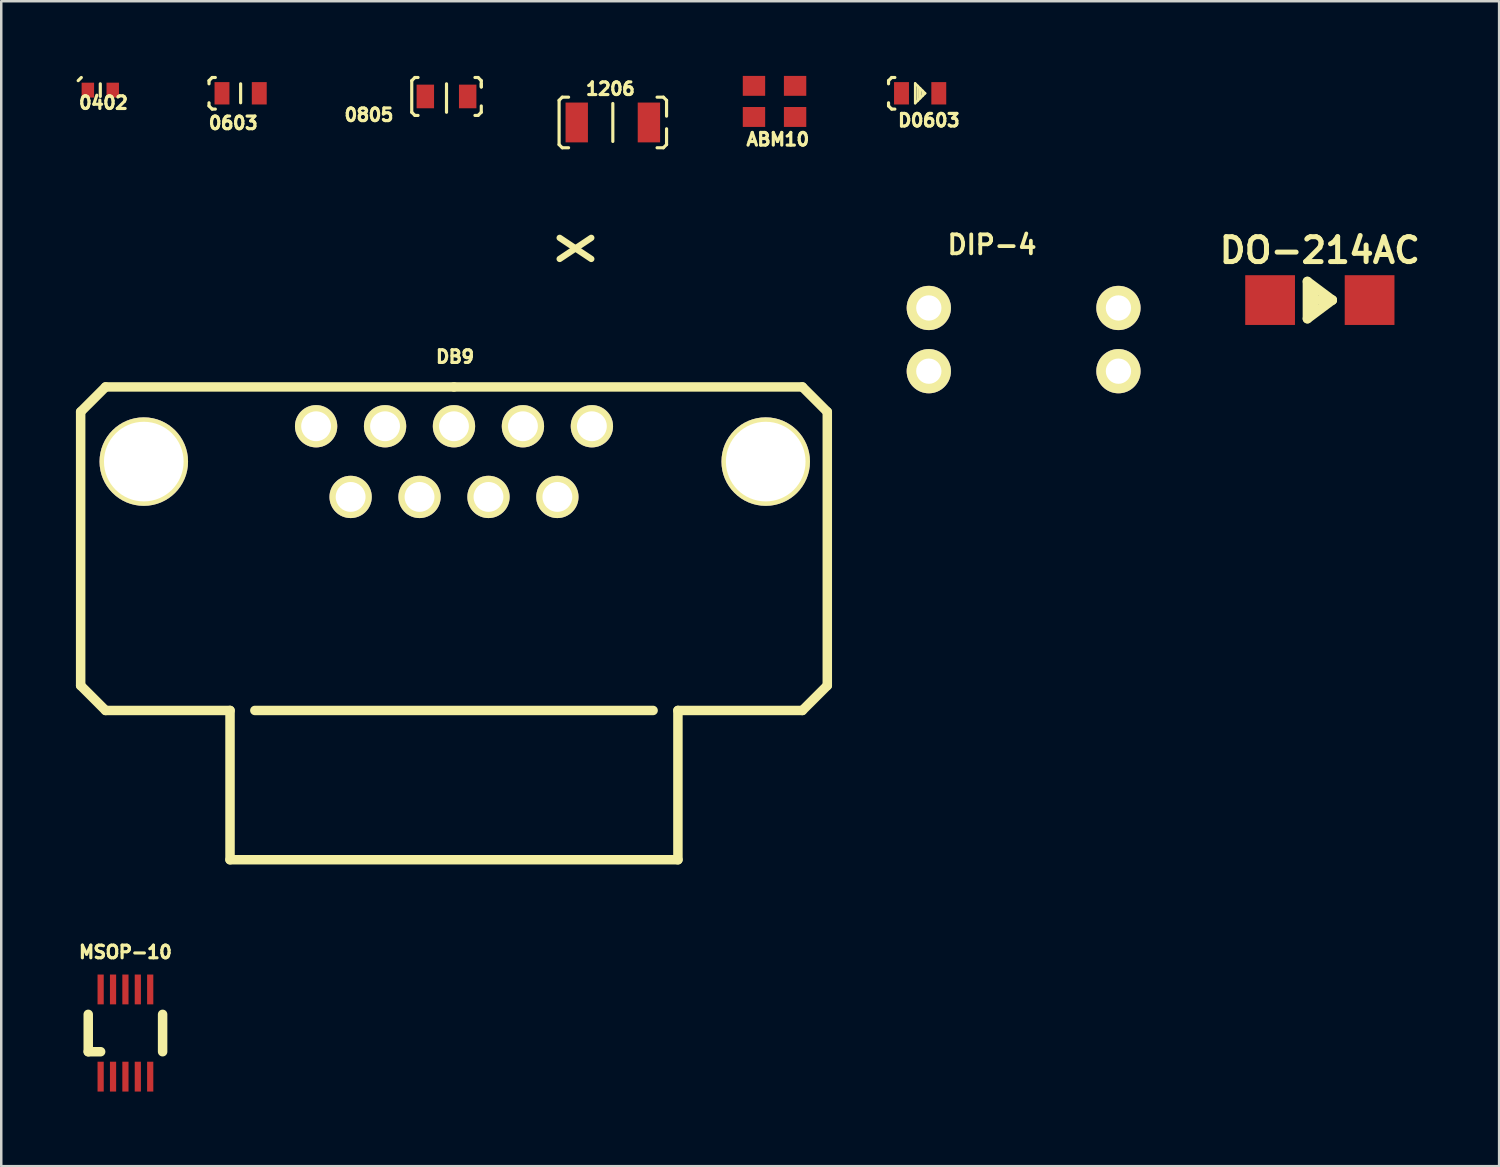
<source format=kicad_pcb>
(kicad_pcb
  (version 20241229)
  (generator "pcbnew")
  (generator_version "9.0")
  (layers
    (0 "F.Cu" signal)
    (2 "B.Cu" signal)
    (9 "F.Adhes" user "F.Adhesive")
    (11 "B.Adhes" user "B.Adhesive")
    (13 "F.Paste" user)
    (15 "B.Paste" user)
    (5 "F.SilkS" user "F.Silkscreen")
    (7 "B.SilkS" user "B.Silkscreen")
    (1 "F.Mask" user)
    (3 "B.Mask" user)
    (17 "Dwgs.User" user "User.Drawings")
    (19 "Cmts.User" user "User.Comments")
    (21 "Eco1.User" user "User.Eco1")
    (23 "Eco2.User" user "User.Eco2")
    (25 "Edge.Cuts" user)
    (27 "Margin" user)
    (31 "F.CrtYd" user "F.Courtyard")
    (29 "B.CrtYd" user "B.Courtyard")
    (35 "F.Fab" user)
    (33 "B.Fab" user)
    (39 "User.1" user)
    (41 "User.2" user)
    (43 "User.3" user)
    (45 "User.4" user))
  (footprint "DO-214AC"
    (layer "F.Cu")
    (at 49.985 9.008)
    (property "Reference" "DO-214AC" (at 0 -1.999 0) (layer "F.SilkS") (effects (font (size 1.001 1.001) (thickness 0.201))))
    (attr through_hole)
    (fp_line (start -0.5 -0.749) (end 0.5 0) (stroke (width 0.381) (type solid)) (layer "F.SilkS"))
    (fp_line (start -0.5 0.749) (end -0.5 -0.749) (stroke (width 0.381) (type solid)) (layer "F.SilkS"))
    (fp_line (start -0.249 -0.5) (end -0.249 0.5) (stroke (width 0.381) (type solid)) (layer "F.SilkS"))
    (fp_line (start 0.5 0) (end -0.5 0.749) (stroke (width 0.381) (type solid)) (layer "F.SilkS"))
    (fp_line (start 0.5 0) (end -0.249 0) (stroke (width 0.381) (type solid)) (layer "F.SilkS"))
    (pad "1" smd rect (at -1.999 0) (size 1.999 1.999) (layers "F.Cu" "F.Mask" "F.Paste"))
    (pad "3" smd rect (at 1.999 0) (size 1.999 1.999) (layers "F.Cu" "F.Mask" "F.Paste")))
  (footprint "DIP-4"
    (layer "F.Cu")
    (at 34.272 9.325)
    (property "Reference" "DIP-4" (at 2.54 -2.54 0) (layer "F.SilkS") (effects (font (size 0.762 0.762) (thickness 0.152))))
    (attr through_hole)
    (pad "1" thru_hole circle (at 0 0) (size 1.778 1.778) (drill 1.016) (layers "*.Cu" "*.Mask" "F.SilkS"))
    (pad "2" thru_hole circle (at 0 2.54) (size 1.778 1.778) (drill 1.016) (layers "*.Cu" "*.Mask" "F.SilkS"))
    (pad "3" thru_hole circle (at 7.62 2.54) (size 1.778 1.778) (drill 1.016) (layers "*.Cu" "*.Mask" "F.SilkS"))
    (pad "4" thru_hole circle (at 7.62 0) (size 1.778 1.778) (drill 1.016) (layers "*.Cu" "*.Mask" "F.SilkS")))
  (footprint "MSOP-10"
    (layer "F.Cu")
    (at 1.99 38.21)
    (property "Reference" "MSOP-10" (at 0 -3.002 0) (layer "F.SilkS") (effects (font (size 0.508 0.508) (thickness 0.127))))
    (attr through_hole)
    (fp_line (start -1.494 -0.5) (end -1.494 1.001) (stroke (width 0.381) (type solid)) (layer "F.SilkS"))
    (fp_line (start -0.996 1.001) (end -1.494 1.001) (stroke (width 0.381) (type solid)) (layer "F.SilkS"))
    (fp_line (start 1.494 -0.5) (end 1.494 1.001) (stroke (width 0.381) (type solid)) (layer "F.SilkS"))
    (pad "1" smd rect (at -0.996 2.002) (size 0.249 1.199) (layers "F.Cu" "F.Mask" "F.Paste"))
    (pad "2" smd rect (at -0.498 2.002) (size 0.249 1.199) (layers "F.Cu" "F.Mask" "F.Paste"))
    (pad "3" smd rect (at 0 2.002) (size 0.249 1.199) (layers "F.Cu" "F.Mask" "F.Paste"))
    (pad "4" smd rect (at 0.498 2.002) (size 0.249 1.199) (layers "F.Cu" "F.Mask" "F.Paste"))
    (pad "5" smd rect (at 0.996 2.002) (size 0.249 1.199) (layers "F.Cu" "F.Mask" "F.Paste"))
    (pad "6" smd rect (at 0.996 -1.501) (size 0.249 1.199) (layers "F.Cu" "F.Mask" "F.Paste"))
    (pad "7" smd rect (at 0.498 -1.501) (size 0.249 1.199) (layers "F.Cu" "F.Mask" "F.Paste"))
    (pad "8" smd rect (at 0 -1.501) (size 0.249 1.199) (layers "F.Cu" "F.Mask" "F.Paste"))
    (pad "9" smd rect (at -0.498 -1.501) (size 0.249 1.199) (layers "F.Cu" "F.Mask" "F.Paste"))
    (pad "10" smd rect (at -0.996 -1.501) (size 0.249 1.199) (layers "F.Cu" "F.Mask" "F.Paste")))
  (footprint "0805"
    (layer "F.Cu")
    (at 14.892 0.826)
    (property "Reference" "0805" (at -3.117 0.742 180) (layer "F.SilkS") (effects (font (size 0.508 0.508) (thickness 0.127))))
    (attr through_hole)
    (fp_line (start -1.397 -0.635) (end -1.397 0.635) (stroke (width 0.127) (type solid)) (layer "F.SilkS"))
    (fp_line (start -1.397 0.635) (end -1.27 0.762) (stroke (width 0.127) (type solid)) (layer "F.SilkS"))
    (fp_line (start -1.27 -0.762) (end -1.397 -0.635) (stroke (width 0.127) (type solid)) (layer "F.SilkS"))
    (fp_line (start -1.27 0.762) (end -1.143 0.762) (stroke (width 0.127) (type solid)) (layer "F.SilkS"))
    (fp_line (start -1.143 -0.762) (end -1.27 -0.762) (stroke (width 0.127) (type solid)) (layer "F.SilkS"))
    (fp_line (start 0 -0.508) (end 0 0.635) (stroke (width 0.127) (type solid)) (layer "F.SilkS"))
    (fp_line (start 1.143 -0.762) (end 1.27 -0.762) (stroke (width 0.127) (type solid)) (layer "F.SilkS"))
    (fp_line (start 1.27 -0.762) (end 1.397 -0.635) (stroke (width 0.127) (type solid)) (layer "F.SilkS"))
    (fp_line (start 1.27 0.762) (end 1.143 0.762) (stroke (width 0.127) (type solid)) (layer "F.SilkS"))
    (fp_line (start 1.397 -0.635) (end 1.397 -0.381) (stroke (width 0.127) (type solid)) (layer "F.SilkS"))
    (fp_line (start 1.397 -0.381) (end 1.397 -0.508) (stroke (width 0.127) (type solid)) (layer "F.SilkS"))
    (fp_line (start 1.397 0.381) (end 1.397 0.635) (stroke (width 0.127) (type solid)) (layer "F.SilkS"))
    (fp_line (start 1.397 0.635) (end 1.27 0.762) (stroke (width 0.127) (type solid)) (layer "F.SilkS"))
    (pad "1" smd rect (at -0.851 0) (size 0.701 0.95) (layers "F.Cu" "F.Mask" "F.Paste"))
    (pad "2" smd rect (at 0.851 0) (size 0.701 0.95) (layers "F.Cu" "F.Mask" "F.Paste")))
  (footprint "DB9"
    (layer "F.Cu")
    (at 15.192 15.498)
    (property "Reference" "DB9" (at 0.043 -4.214 0) (layer "F.SilkS") (effects (font (size 0.508 0.508) (thickness 0.127))))
    (attr through_hole)
    (fp_line (start -15.001 -1.999) (end -15.001 8.999) (stroke (width 0.381) (type solid)) (layer "F.SilkS"))
    (fp_line (start -15.001 8.999) (end -14 10) (stroke (width 0.381) (type solid)) (layer "F.SilkS"))
    (fp_line (start -14 -3) (end -15.001 -1.999) (stroke (width 0.381) (type solid)) (layer "F.SilkS"))
    (fp_line (start -14 10) (end -8.999 10) (stroke (width 0.381) (type solid)) (layer "F.SilkS"))
    (fp_line (start -8.999 10) (end -8.999 15.999) (stroke (width 0.381) (type solid)) (layer "F.SilkS"))
    (fp_line (start -8.999 15.999) (end 8.999 15.999) (stroke (width 0.381) (type solid)) (layer "F.SilkS"))
    (fp_line (start -8.001 10) (end 8.001 10) (stroke (width 0.381) (type solid)) (layer "F.SilkS"))
    (fp_line (start 0 -3) (end -14 -3) (stroke (width 0.381) (type solid)) (layer "F.SilkS"))
    (fp_line (start 0 -3) (end 14 -3) (stroke (width 0.381) (type solid)) (layer "F.SilkS"))
    (fp_line (start 8.999 15.999) (end 8.999 10) (stroke (width 0.381) (type solid)) (layer "F.SilkS"))
    (fp_line (start 14 -3) (end 15.001 -1.999) (stroke (width 0.381) (type solid)) (layer "F.SilkS"))
    (fp_line (start 14 10) (end 8.999 10) (stroke (width 0.381) (type solid)) (layer "F.SilkS"))
    (fp_line (start 15.001 -1.999) (end 15.001 8.999) (stroke (width 0.381) (type solid)) (layer "F.SilkS"))
    (fp_line (start 15.001 8.999) (end 14 10) (stroke (width 0.381) (type solid)) (layer "F.SilkS"))
    (fp_text user "X" (at 4.943 -8.567 90) (layer "F.SilkS") (effects (font (size 1.27 1.27) (thickness 0.254))))
    (pad "1" thru_hole circle (at 5.542 -1.42) (size 1.699 1.699) (drill 1.199) (layers "*.Cu" "*.Mask" "F.SilkS"))
    (pad "2" thru_hole circle (at 2.771 -1.42) (size 1.699 1.699) (drill 1.199) (layers "*.Cu" "*.Mask" "F.SilkS"))
    (pad "3" thru_hole circle (at 0 -1.42) (size 1.699 1.699) (drill 1.199) (layers "*.Cu" "*.Mask" "F.SilkS"))
    (pad "4" thru_hole circle (at -2.769 -1.42) (size 1.699 1.699) (drill 1.199) (layers "*.Cu" "*.Mask" "F.SilkS"))
    (pad "5" thru_hole circle (at -5.54 -1.42) (size 1.699 1.699) (drill 1.199) (layers "*.Cu" "*.Mask" "F.SilkS"))
    (pad "6" thru_hole circle (at 4.155 1.42) (size 1.699 1.699) (drill 1.199) (layers "*.Cu" "*.Mask" "F.SilkS"))
    (pad "7" thru_hole circle (at 1.387 1.42) (size 1.699 1.699) (drill 1.199) (layers "*.Cu" "*.Mask" "F.SilkS"))
    (pad "8" thru_hole circle (at -1.384 1.42) (size 1.699 1.699) (drill 1.199) (layers "*.Cu" "*.Mask" "F.SilkS"))
    (pad "9" thru_hole circle (at -4.153 1.42) (size 1.699 1.699) (drill 1.199) (layers "*.Cu" "*.Mask" "F.SilkS"))
    (pad "g1" thru_hole circle (at -12.464 0) (size 3.556 3.556) (drill 3.2) (layers "*.Cu" "*.Mask" "F.SilkS"))
    (pad "g2" thru_hole circle (at 12.527 0) (size 3.556 3.556) (drill 3.2) (layers "*.Cu" "*.Mask" "F.SilkS")))
  (footprint "0603"
    (layer "F.Cu")
    (at 6.619 0.699)
    (property "Reference" "0603" (at -0.297 1.194 0) (layer "F.SilkS") (effects (font (size 0.508 0.508) (thickness 0.127))))
    (attr through_hole)
    (fp_line (start -1.27 -0.508) (end -1.27 -0.381) (stroke (width 0.127) (type solid)) (layer "F.SilkS"))
    (fp_line (start -1.27 0.381) (end -1.27 0.508) (stroke (width 0.127) (type solid)) (layer "F.SilkS"))
    (fp_line (start -1.27 0.508) (end -1.143 0.635) (stroke (width 0.127) (type solid)) (layer "F.SilkS"))
    (fp_line (start -1.143 -0.635) (end -1.27 -0.508) (stroke (width 0.127) (type solid)) (layer "F.SilkS"))
    (fp_line (start -1.143 0.635) (end -1.016 0.635) (stroke (width 0.127) (type solid)) (layer "F.SilkS"))
    (fp_line (start -1.016 -0.635) (end -1.143 -0.635) (stroke (width 0.127) (type solid)) (layer "F.SilkS"))
    (fp_line (start 0 -0.381) (end 0 0.381) (stroke (width 0.127) (type solid)) (layer "F.SilkS"))
    (pad "1" smd rect (at -0.749 0) (size 0.599 0.899) (layers "F.Cu" "F.Mask" "F.Paste"))
    (pad "2" smd rect (at 0.749 0) (size 0.599 0.899) (layers "F.Cu" "F.Mask" "F.Paste")))
  (footprint "1206"
    (layer "F.Cu")
    (at 21.575 1.871)
    (property "Reference" "1206" (at -0.099 -1.351 0) (layer "F.SilkS") (effects (font (size 0.508 0.508) (thickness 0.127))))
    (attr through_hole)
    (fp_line (start -2.159 -0.889) (end -2.159 0.889) (stroke (width 0.127) (type solid)) (layer "F.SilkS"))
    (fp_line (start -2.159 0.889) (end -2.032 1.016) (stroke (width 0.127) (type solid)) (layer "F.SilkS"))
    (fp_line (start -2.032 -1.016) (end -2.159 -0.889) (stroke (width 0.127) (type solid)) (layer "F.SilkS"))
    (fp_line (start -2.032 1.016) (end -1.778 1.016) (stroke (width 0.127) (type solid)) (layer "F.SilkS"))
    (fp_line (start -1.778 -1.016) (end -2.032 -1.016) (stroke (width 0.127) (type solid)) (layer "F.SilkS"))
    (fp_line (start 0 -0.762) (end 0 0.762) (stroke (width 0.127) (type solid)) (layer "F.SilkS"))
    (fp_line (start 1.778 -1.016) (end 2.032 -1.016) (stroke (width 0.127) (type solid)) (layer "F.SilkS"))
    (fp_line (start 2.032 -1.016) (end 2.159 -0.889) (stroke (width 0.127) (type solid)) (layer "F.SilkS"))
    (fp_line (start 2.032 1.016) (end 1.778 1.016) (stroke (width 0.127) (type solid)) (layer "F.SilkS"))
    (fp_line (start 2.159 -0.889) (end 2.159 -0.254) (stroke (width 0.127) (type solid)) (layer "F.SilkS"))
    (fp_line (start 2.159 0.254) (end 2.159 0.889) (stroke (width 0.127) (type solid)) (layer "F.SilkS"))
    (fp_line (start 2.159 0.889) (end 2.032 1.016) (stroke (width 0.127) (type solid)) (layer "F.SilkS"))
    (pad "1" smd rect (at -1.45 0) (size 0.899 1.6) (layers "F.Cu" "F.Mask" "F.Paste"))
    (pad "2" smd rect (at 1.45 0) (size 0.899 1.6) (layers "F.Cu" "F.Mask" "F.Paste")))
  (footprint "ABM10"
    (layer "F.Cu")
    (at 28.073 1.025)
    (property "Reference" "ABM10" (at 0.132 1.527 0) (layer "F.SilkS") (effects (font (size 0.508 0.508) (thickness 0.127))))
    (attr through_hole)
    (pad "1" smd rect (at -0.826 0.625) (size 0.899 0.8) (layers "F.Cu" "F.Mask" "F.Paste"))
    (pad "2" smd rect (at 0.826 0.625) (size 0.899 0.8) (layers "F.Cu" "F.Mask" "F.Paste"))
    (pad "3" smd rect (at 0.826 -0.625) (size 0.899 0.8) (layers "F.Cu" "F.Mask" "F.Paste"))
    (pad "4" smd rect (at -0.826 -0.625) (size 0.899 0.8) (layers "F.Cu" "F.Mask" "F.Paste")))
  (footprint "D0603"
    (layer "F.Cu")
    (at 33.924 0.699)
    (property "Reference" "D0603" (at 0.351 1.087 0) (layer "F.SilkS") (effects (font (size 0.508 0.508) (thickness 0.127))))
    (attr through_hole)
    (fp_line (start -1.27 -0.508) (end -1.27 -0.381) (stroke (width 0.127) (type solid)) (layer "F.SilkS"))
    (fp_line (start -1.27 0.381) (end -1.27 0.508) (stroke (width 0.127) (type solid)) (layer "F.SilkS"))
    (fp_line (start -1.27 0.508) (end -1.143 0.635) (stroke (width 0.127) (type solid)) (layer "F.SilkS"))
    (fp_line (start -1.143 -0.635) (end -1.27 -0.508) (stroke (width 0.127) (type solid)) (layer "F.SilkS"))
    (fp_line (start -1.143 0.635) (end -1.016 0.635) (stroke (width 0.127) (type solid)) (layer "F.SilkS"))
    (fp_line (start -1.016 -0.635) (end -1.143 -0.635) (stroke (width 0.127) (type solid)) (layer "F.SilkS"))
    (fp_line (start -0.201 -0.399) (end 0.201 0) (stroke (width 0.099) (type solid)) (layer "F.SilkS"))
    (fp_line (start -0.201 0.399) (end -0.201 -0.399) (stroke (width 0.099) (type solid)) (layer "F.SilkS"))
    (fp_line (start -0.099 -0.3) (end -0.099 0.3) (stroke (width 0.099) (type solid)) (layer "F.SilkS"))
    (fp_line (start 0 -0.201) (end 0 0.201) (stroke (width 0.099) (type solid)) (layer "F.SilkS"))
    (fp_line (start 0.099 -0.099) (end 0.099 0.099) (stroke (width 0.099) (type solid)) (layer "F.SilkS"))
    (fp_line (start 0.201 0) (end -0.201 0.399) (stroke (width 0.099) (type solid)) (layer "F.SilkS"))
    (pad "1" smd rect (at -0.749 0) (size 0.599 0.899) (layers "F.Cu" "F.Mask" "F.Paste"))
    (pad "2" smd rect (at 0.749 0) (size 0.599 0.899) (layers "F.Cu" "F.Mask" "F.Paste")))
  (footprint "0402"
    (layer "F.Cu")
    (at 0.98 0.572)
    (property "Reference" "0402" (at 0.127 0.508 0) (layer "F.SilkS") (effects (font (size 0.508 0.508) (thickness 0.127))))
    (attr through_hole)
    (fp_line (start -0.889 -0.381) (end -0.762 -0.508) (stroke (width 0.127) (type solid)) (layer "F.SilkS"))
    (fp_line (start 0 0.254) (end 0 -0.254) (stroke (width 0.127) (type solid)) (layer "F.SilkS"))
    (pad "1" smd rect (at -0.5 0) (size 0.5 0.599) (layers "F.Cu" "F.Mask" "F.Paste"))
    (pad "2" smd rect (at 0.5 0) (size 0.5 0.599) (layers "F.Cu" "F.Mask" "F.Paste")))
  (gr_rect
    (start -3 -3)
    (end 57.189 43.811)
    (stroke (width 0.1) (type default))
    (fill no)
    (layer "Edge.Cuts")))
</source>
